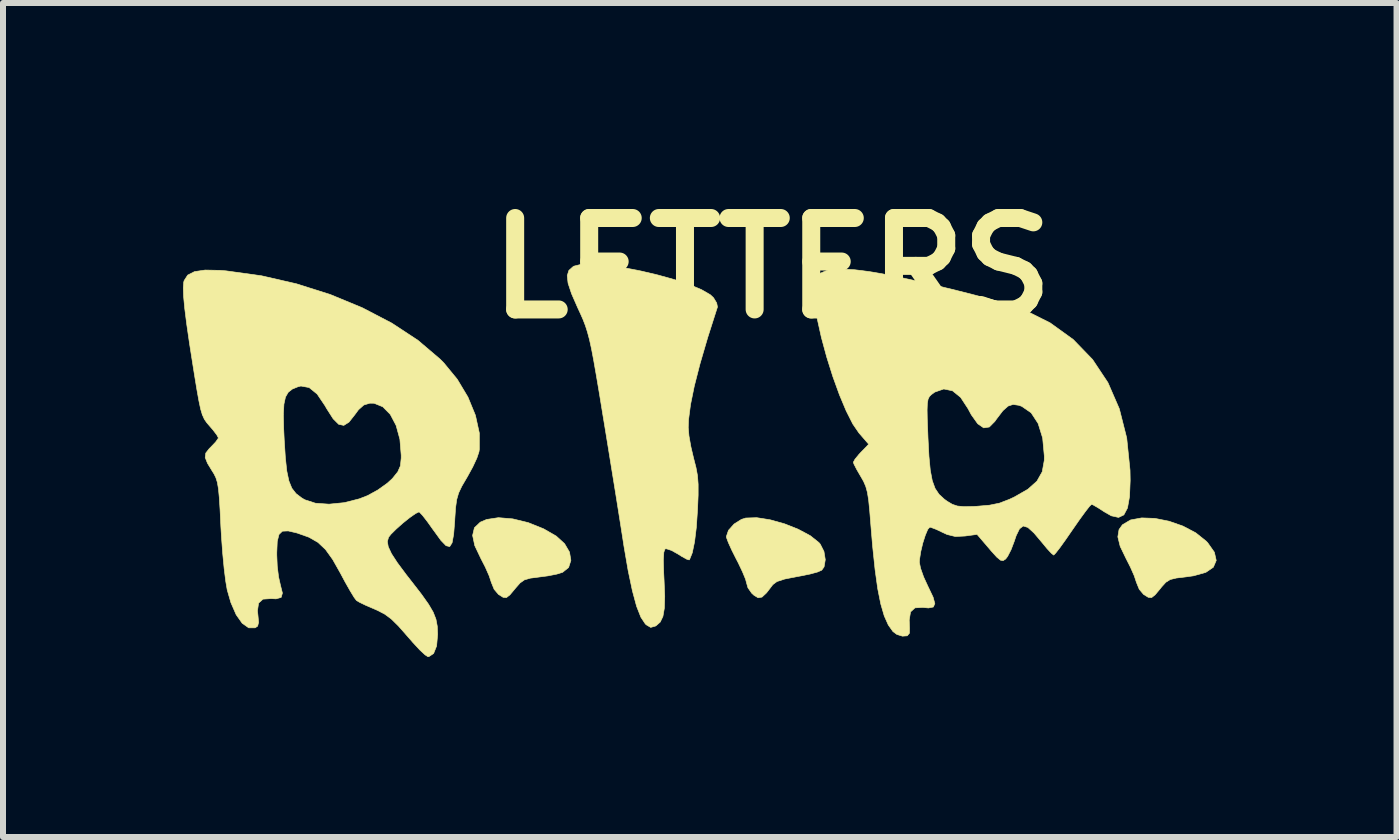
<source format=kicad_pcb>
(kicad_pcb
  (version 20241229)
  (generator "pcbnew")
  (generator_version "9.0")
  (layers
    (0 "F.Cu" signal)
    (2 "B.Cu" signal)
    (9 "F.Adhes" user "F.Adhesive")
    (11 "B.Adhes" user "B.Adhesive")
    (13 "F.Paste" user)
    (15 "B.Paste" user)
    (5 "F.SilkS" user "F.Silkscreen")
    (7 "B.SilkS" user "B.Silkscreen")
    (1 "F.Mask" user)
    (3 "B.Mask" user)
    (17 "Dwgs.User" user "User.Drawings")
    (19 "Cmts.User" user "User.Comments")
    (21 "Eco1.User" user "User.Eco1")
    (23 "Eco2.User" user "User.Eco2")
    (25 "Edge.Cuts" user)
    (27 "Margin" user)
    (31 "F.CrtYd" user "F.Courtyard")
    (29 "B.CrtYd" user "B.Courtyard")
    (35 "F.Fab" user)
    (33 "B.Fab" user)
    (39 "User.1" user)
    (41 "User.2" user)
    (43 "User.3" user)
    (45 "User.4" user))
  (footprint "LETTERS"
    (layer "F.Cu")
    (at 9.818 1.418)
    (property "Reference" "LETTERS" (at 0 0 0) (layer "F.SilkS") (effects (font (size 1.524 1.524) (thickness 0.3))))
    (attr through_hole)
    (fp_poly (pts (xy -4.322 4.18) (xy -4.063 4.243) (xy -3.809 4.345) (xy -3.597 4.467) (xy -3.458 4.594) (xy -3.376 4.734) (xy -3.353 4.872) (xy -3.391 4.99) (xy -3.491 5.071) (xy -3.589 5.101) (xy -3.736 5.13) (xy -3.874 5.148) (xy -4.028 5.168) (xy -4.128 5.197) (xy -4.201 5.249) (xy -4.279 5.338) (xy -4.28 5.34) (xy -4.368 5.445) (xy -4.427 5.492) (xy -4.482 5.488) (xy -4.557 5.441) (xy -4.559 5.44) (xy -4.632 5.354) (xy -4.679 5.239) (xy -4.715 5.13) (xy -4.78 4.983) (xy -4.852 4.843) (xy -4.955 4.626) (xy -4.991 4.456) (xy -4.961 4.328) (xy -4.863 4.235) (xy -4.758 4.19) (xy -4.561 4.16) (xy -4.322 4.18)) (stroke (width 0.01) (type solid)) (fill yes) (layer "F.SilkS"))
    (fp_poly (pts (xy 6.381 4.172) (xy 6.616 4.219) (xy 6.848 4.3) (xy 7.061 4.412) (xy 7.236 4.552) (xy 7.26 4.577) (xy 7.372 4.736) (xy 7.403 4.873) (xy 7.355 4.986) (xy 7.229 5.072) (xy 7.025 5.129) (xy 6.897 5.147) (xy 6.738 5.166) (xy 6.636 5.191) (xy 6.563 5.237) (xy 6.492 5.315) (xy 6.473 5.34) (xy 6.385 5.445) (xy 6.326 5.492) (xy 6.271 5.488) (xy 6.196 5.442) (xy 6.193 5.44) (xy 6.12 5.354) (xy 6.073 5.239) (xy 6.037 5.13) (xy 5.972 4.983) (xy 5.901 4.843) (xy 5.802 4.638) (xy 5.763 4.48) (xy 5.783 4.358) (xy 5.84 4.278) (xy 5.975 4.198) (xy 6.161 4.164) (xy 6.381 4.172)) (stroke (width 0.01) (type solid)) (fill yes) (layer "F.SilkS"))
    (fp_poly (pts (xy -0.033 4.195) (xy 0.207 4.262) (xy 0.438 4.354) (xy 0.638 4.461) (xy 0.782 4.576) (xy 0.803 4.601) (xy 0.865 4.723) (xy 0.887 4.86) (xy 0.867 4.98) (xy 0.828 5.035) (xy 0.76 5.065) (xy 0.632 5.1) (xy 0.468 5.133) (xy 0.418 5.142) (xy 0.213 5.182) (xy 0.081 5.225) (xy 0.013 5.276) (xy 0.013 5.276) (xy -0.092 5.413) (xy -0.168 5.484) (xy -0.233 5.495) (xy -0.302 5.453) (xy -0.339 5.419) (xy -0.402 5.329) (xy -0.423 5.256) (xy -0.442 5.185) (xy -0.493 5.062) (xy -0.565 4.91) (xy -0.593 4.857) (xy -0.67 4.704) (xy -0.729 4.574) (xy -0.76 4.49) (xy -0.762 4.475) (xy -0.726 4.37) (xy -0.633 4.266) (xy -0.511 4.189) (xy -0.44 4.166) (xy -0.256 4.16) (xy -0.033 4.195)) (stroke (width 0.01) (type solid)) (fill yes) (layer "F.SilkS"))
    (fp_poly (pts (xy -2.754 -0.048) (xy -2.485 -0.009) (xy -2.198 0.046) (xy -1.908 0.114) (xy -1.631 0.191) (xy -1.383 0.273) (xy -1.177 0.359) (xy -1.031 0.443) (xy -0.976 0.494) (xy -0.923 0.582) (xy -0.91 0.648) (xy -0.91 0.648) (xy -1.073 1.158) (xy -1.201 1.595) (xy -1.296 1.966) (xy -1.359 2.275) (xy -1.392 2.528) (xy -1.397 2.658) (xy -1.385 2.797) (xy -1.353 2.978) (xy -1.309 3.164) (xy -1.307 3.172) (xy -1.268 3.324) (xy -1.243 3.459) (xy -1.232 3.604) (xy -1.232 3.784) (xy -1.242 4.022) (xy -1.262 4.32) (xy -1.292 4.564) (xy -1.33 4.746) (xy -1.374 4.855) (xy -1.381 4.864) (xy -1.421 4.853) (xy -1.507 4.805) (xy -1.567 4.767) (xy -1.676 4.706) (xy -1.759 4.679) (xy -1.784 4.681) (xy -1.804 4.736) (xy -1.812 4.868) (xy -1.806 5.081) (xy -1.8 5.202) (xy -1.789 5.47) (xy -1.795 5.667) (xy -1.819 5.806) (xy -1.864 5.9) (xy -1.932 5.96) (xy -1.944 5.967) (xy -2.023 5.989) (xy -2.096 5.946) (xy -2.113 5.93) (xy -2.186 5.82) (xy -2.258 5.637) (xy -2.328 5.378) (xy -2.399 5.04) (xy -2.471 4.62) (xy -2.476 4.585) (xy -2.511 4.361) (xy -2.557 4.07) (xy -2.611 3.731) (xy -2.671 3.361) (xy -2.733 2.977) (xy -2.795 2.597) (xy -2.815 2.477) (xy -2.877 2.096) (xy -2.929 1.789) (xy -2.972 1.543) (xy -3.009 1.348) (xy -3.043 1.193) (xy -3.077 1.066) (xy -3.112 0.957) (xy -3.151 0.856) (xy -3.198 0.75) (xy -3.239 0.662) (xy -3.342 0.427) (xy -3.4 0.252) (xy -3.414 0.126) (xy -3.386 0.038) (xy -3.316 -0.024) (xy -3.302 -0.032) (xy -3.178 -0.063) (xy -2.99 -0.067) (xy -2.754 -0.048)) (stroke (width 0.01) (type solid)) (fill yes) (layer "F.SilkS"))
    (fp_poly (pts (xy 1.379 0.028) (xy 1.618 0.058) (xy 1.835 0.095) (xy 2.103 0.148) (xy 2.409 0.215) (xy 2.734 0.29) (xy 3.064 0.37) (xy 3.383 0.451) (xy 3.674 0.529) (xy 3.923 0.6) (xy 4.112 0.661) (xy 4.182 0.687) (xy 4.633 0.912) (xy 5.02 1.191) (xy 5.342 1.524) (xy 5.598 1.909) (xy 5.788 2.346) (xy 5.911 2.832) (xy 5.966 3.368) (xy 5.969 3.538) (xy 5.958 3.807) (xy 5.924 3.998) (xy 5.863 4.114) (xy 5.775 4.156) (xy 5.654 4.129) (xy 5.54 4.064) (xy 5.43 3.993) (xy 5.35 3.947) (xy 5.325 3.938) (xy 5.291 3.97) (xy 5.221 4.06) (xy 5.124 4.193) (xy 5.011 4.356) (xy 5.008 4.36) (xy 4.895 4.524) (xy 4.799 4.658) (xy 4.728 4.749) (xy 4.694 4.784) (xy 4.694 4.784) (xy 4.655 4.753) (xy 4.582 4.674) (xy 4.507 4.583) (xy 4.367 4.417) (xy 4.264 4.323) (xy 4.186 4.299) (xy 4.124 4.346) (xy 4.068 4.461) (xy 4.036 4.556) (xy 3.983 4.695) (xy 3.926 4.806) (xy 3.893 4.849) (xy 3.851 4.876) (xy 3.808 4.869) (xy 3.746 4.818) (xy 3.651 4.713) (xy 3.62 4.676) (xy 3.417 4.439) (xy 3.216 4.466) (xy 3.054 4.474) (xy 2.916 4.44) (xy 2.843 4.406) (xy 2.73 4.353) (xy 2.648 4.322) (xy 2.629 4.318) (xy 2.595 4.356) (xy 2.554 4.453) (xy 2.512 4.584) (xy 2.478 4.727) (xy 2.458 4.856) (xy 2.455 4.904) (xy 2.475 5.004) (xy 2.526 5.148) (xy 2.598 5.305) (xy 2.604 5.317) (xy 2.684 5.485) (xy 2.713 5.592) (xy 2.688 5.649) (xy 2.607 5.665) (xy 2.511 5.656) (xy 2.382 5.663) (xy 2.308 5.731) (xy 2.286 5.865) (xy 2.287 5.893) (xy 2.291 6.006) (xy 2.29 6.084) (xy 2.29 6.085) (xy 2.253 6.129) (xy 2.173 6.135) (xy 2.08 6.106) (xy 2.015 6.058) (xy 1.937 5.948) (xy 1.87 5.798) (xy 1.812 5.599) (xy 1.761 5.344) (xy 1.717 5.026) (xy 1.676 4.636) (xy 1.648 4.301) (xy 1.628 4.052) (xy 1.61 3.87) (xy 1.589 3.738) (xy 1.562 3.64) (xy 1.526 3.556) (xy 1.478 3.472) (xy 1.477 3.471) (xy 1.41 3.355) (xy 1.365 3.267) (xy 1.355 3.236) (xy 1.382 3.186) (xy 1.45 3.103) (xy 1.483 3.068) (xy 1.611 2.936) (xy 1.448 2.748) (xy 1.346 2.599) (xy 1.236 2.381) (xy 1.229 2.365) (xy 2.584 2.365) (xy 2.587 2.527) (xy 2.596 2.756) (xy 2.599 2.835) (xy 2.615 3.138) (xy 2.637 3.369) (xy 2.67 3.543) (xy 2.717 3.672) (xy 2.783 3.771) (xy 2.871 3.852) (xy 2.921 3.888) (xy 3.005 3.938) (xy 3.089 3.966) (xy 3.198 3.976) (xy 3.358 3.973) (xy 3.414 3.97) (xy 3.624 3.952) (xy 3.79 3.918) (xy 3.954 3.855) (xy 4.039 3.815) (xy 4.264 3.686) (xy 4.415 3.551) (xy 4.503 3.395) (xy 4.537 3.206) (xy 4.538 3.134) (xy 4.51 2.833) (xy 4.435 2.591) (xy 4.318 2.412) (xy 4.161 2.304) (xy 4.113 2.287) (xy 4.017 2.273) (xy 3.934 2.3) (xy 3.847 2.377) (xy 3.741 2.516) (xy 3.713 2.556) (xy 3.621 2.649) (xy 3.527 2.663) (xy 3.428 2.595) (xy 3.321 2.445) (xy 3.266 2.343) (xy 3.143 2.155) (xy 3.007 2.045) (xy 2.861 2.015) (xy 2.712 2.067) (xy 2.651 2.112) (xy 2.621 2.143) (xy 2.6 2.187) (xy 2.588 2.256) (xy 2.584 2.365) (xy 1.229 2.365) (xy 1.123 2.112) (xy 1.013 1.808) (xy 0.911 1.484) (xy 0.822 1.156) (xy 0.752 0.841) (xy 0.706 0.554) (xy 0.701 0.508) (xy 0.695 0.321) (xy 0.727 0.181) (xy 0.804 0.086) (xy 0.933 0.031) (xy 1.122 0.013) (xy 1.379 0.028)) (stroke (width 0.01) (type solid)) (fill yes) (layer "F.SilkS"))
    (fp_poly (pts (xy -9.203 0.038) (xy -9.102 0.046) (xy -8.511 0.128) (xy -7.927 0.262) (xy -7.362 0.441) (xy -6.828 0.662) (xy -6.337 0.918) (xy -5.902 1.204) (xy -5.535 1.516) (xy -5.472 1.579) (xy -5.247 1.853) (xy -5.069 2.15) (xy -4.944 2.454) (xy -4.879 2.75) (xy -4.879 3.022) (xy -4.885 3.062) (xy -4.92 3.167) (xy -4.988 3.313) (xy -5.075 3.472) (xy -5.089 3.496) (xy -5.171 3.636) (xy -5.224 3.748) (xy -5.256 3.858) (xy -5.275 3.994) (xy -5.288 4.185) (xy -5.289 4.212) (xy -5.307 4.437) (xy -5.333 4.579) (xy -5.373 4.642) (xy -5.434 4.627) (xy -5.52 4.538) (xy -5.638 4.375) (xy -5.648 4.362) (xy -5.744 4.227) (xy -5.824 4.124) (xy -5.876 4.069) (xy -5.885 4.064) (xy -5.942 4.091) (xy -6.039 4.159) (xy -6.154 4.251) (xy -6.265 4.35) (xy -6.353 4.437) (xy -6.392 4.487) (xy -6.412 4.558) (xy -6.397 4.645) (xy -6.343 4.761) (xy -6.244 4.913) (xy -6.095 5.113) (xy -6.008 5.224) (xy -5.843 5.437) (xy -5.726 5.602) (xy -5.648 5.735) (xy -5.602 5.852) (xy -5.58 5.969) (xy -5.574 6.101) (xy -5.574 6.104) (xy -5.591 6.298) (xy -5.641 6.424) (xy -5.72 6.476) (xy -5.736 6.477) (xy -5.784 6.446) (xy -5.872 6.364) (xy -5.985 6.242) (xy -6.08 6.133) (xy -6.227 5.966) (xy -6.345 5.85) (xy -6.454 5.769) (xy -6.575 5.706) (xy -6.625 5.684) (xy -6.765 5.624) (xy -6.875 5.571) (xy -6.927 5.54) (xy -6.966 5.488) (xy -7.033 5.378) (xy -7.118 5.228) (xy -7.192 5.089) (xy -7.323 4.857) (xy -7.443 4.69) (xy -7.57 4.571) (xy -7.719 4.486) (xy -7.907 4.419) (xy -7.916 4.416) (xy -8.063 4.381) (xy -8.161 4.385) (xy -8.218 4.44) (xy -8.247 4.555) (xy -8.255 4.742) (xy -8.255 4.784) (xy -8.247 4.97) (xy -8.225 5.148) (xy -8.195 5.281) (xy -8.194 5.285) (xy -8.161 5.417) (xy -8.182 5.489) (xy -8.267 5.513) (xy -8.352 5.509) (xy -8.485 5.518) (xy -8.558 5.584) (xy -8.577 5.711) (xy -8.569 5.785) (xy -8.558 5.905) (xy -8.574 5.968) (xy -8.616 5.996) (xy -8.723 5.996) (xy -8.831 5.92) (xy -8.932 5.777) (xy -9.02 5.575) (xy -9.081 5.364) (xy -9.106 5.218) (xy -9.132 5.009) (xy -9.156 4.758) (xy -9.176 4.488) (xy -9.187 4.304) (xy -9.2 4.03) (xy -9.213 3.826) (xy -9.227 3.679) (xy -9.245 3.573) (xy -9.269 3.496) (xy -9.3 3.432) (xy -9.324 3.394) (xy -9.41 3.253) (xy -9.448 3.157) (xy -9.438 3.083) (xy -9.381 3.01) (xy -9.352 2.981) (xy -9.274 2.899) (xy -9.231 2.838) (xy -9.229 2.829) (xy -9.255 2.78) (xy -9.322 2.693) (xy -9.372 2.635) (xy -9.422 2.577) (xy -9.462 2.519) (xy -9.494 2.448) (xy -9.497 2.44) (xy -8.145 2.44) (xy -8.14 2.674) (xy -8.131 2.864) (xy -8.112 3.159) (xy -8.088 3.383) (xy -8.053 3.548) (xy -8.004 3.669) (xy -7.934 3.759) (xy -7.841 3.83) (xy -7.789 3.861) (xy -7.611 3.919) (xy -7.384 3.935) (xy -7.132 3.91) (xy -6.879 3.846) (xy -6.741 3.792) (xy -6.57 3.698) (xy -6.412 3.585) (xy -6.328 3.508) (xy -6.238 3.396) (xy -6.194 3.296) (xy -6.181 3.166) (xy -6.181 3.119) (xy -6.203 2.853) (xy -6.266 2.623) (xy -6.363 2.439) (xy -6.488 2.312) (xy -6.633 2.253) (xy -6.704 2.252) (xy -6.804 2.282) (xy -6.894 2.362) (xy -6.955 2.445) (xy -7.052 2.568) (xy -7.138 2.622) (xy -7.223 2.604) (xy -7.315 2.512) (xy -7.423 2.343) (xy -7.451 2.294) (xy -7.582 2.1) (xy -7.716 1.991) (xy -7.852 1.966) (xy -7.899 1.977) (xy -7.995 2.016) (xy -8.064 2.07) (xy -8.11 2.15) (xy -8.136 2.269) (xy -8.145 2.44) (xy -9.497 2.44) (xy -9.524 2.35) (xy -9.553 2.213) (xy -9.587 2.023) (xy -9.629 1.766) (xy -9.644 1.672) (xy -9.708 1.265) (xy -9.756 0.935) (xy -9.789 0.673) (xy -9.808 0.474) (xy -9.813 0.33) (xy -9.806 0.235) (xy -9.799 0.209) (xy -9.74 0.117) (xy -9.626 0.059) (xy -9.449 0.033) (xy -9.203 0.038)) (stroke (width 0.01) (type solid)) (fill yes) (layer "F.SilkS")))
  (gr_rect
    (start -3 -3)
    (end 20.226 10.9)
    (stroke (width 0.1) (type default))
    (fill no)
    (layer "Edge.Cuts")))
</source>
